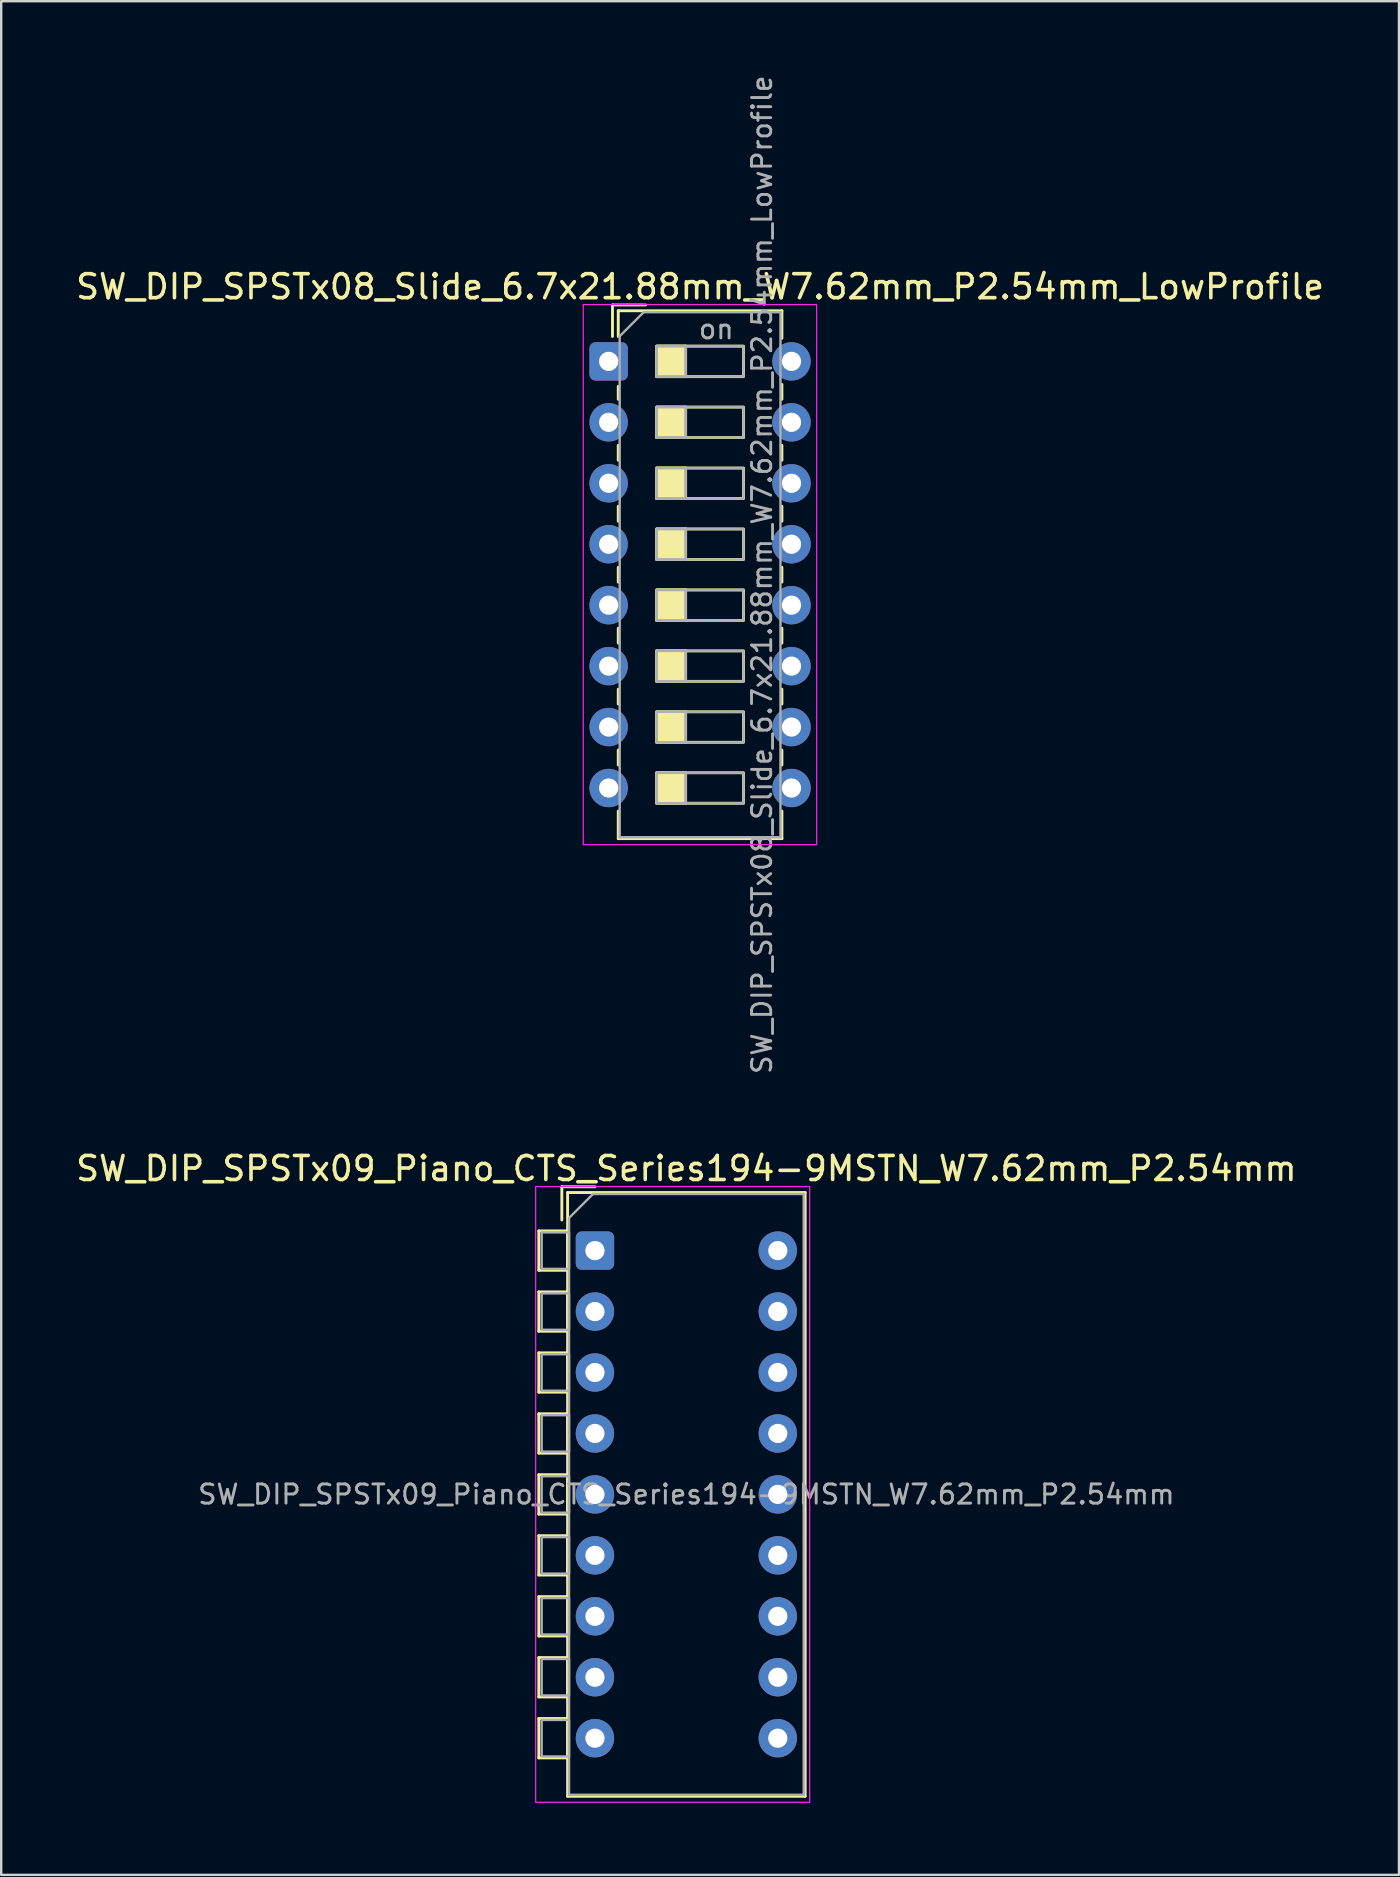
<source format=kicad_pcb>
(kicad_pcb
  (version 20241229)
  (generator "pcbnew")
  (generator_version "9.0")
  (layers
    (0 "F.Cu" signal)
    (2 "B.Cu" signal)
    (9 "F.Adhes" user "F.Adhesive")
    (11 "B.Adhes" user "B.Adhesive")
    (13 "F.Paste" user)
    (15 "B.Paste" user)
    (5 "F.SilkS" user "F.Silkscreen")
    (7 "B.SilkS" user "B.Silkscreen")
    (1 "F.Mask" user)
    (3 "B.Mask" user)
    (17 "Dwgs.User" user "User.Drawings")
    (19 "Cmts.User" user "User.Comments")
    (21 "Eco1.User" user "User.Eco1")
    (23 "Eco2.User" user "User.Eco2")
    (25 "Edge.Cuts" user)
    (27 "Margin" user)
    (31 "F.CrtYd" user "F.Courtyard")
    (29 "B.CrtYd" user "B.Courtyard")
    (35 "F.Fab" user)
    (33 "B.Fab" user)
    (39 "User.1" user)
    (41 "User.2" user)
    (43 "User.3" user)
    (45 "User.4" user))
  (footprint "SW_DIP_SPSTx09_Piano_CTS_Series194-9MSTN_W7.62mm_P2.54mm"
    (layer "F.Cu")
    (at 21.744 49.068)
    (property "Reference" "SW_DIP_SPSTx09_Piano_CTS_Series194-9MSTN_W7.62mm_P2.54mm" (at 3.81 -3.42 0) (layer "F.SilkS") (effects (font (size 1 1) (thickness 0.15))))
    (attr through_hole)
    (fp_line (start -2.34 -0.82) (end -1.14 -0.82) (stroke (width 0.12) (type solid)) (layer "F.SilkS"))
    (fp_line (start -2.34 0.82) (end -2.34 -0.82) (stroke (width 0.12) (type solid)) (layer "F.SilkS"))
    (fp_line (start -2.34 1.72) (end -1.14 1.72) (stroke (width 0.12) (type solid)) (layer "F.SilkS"))
    (fp_line (start -2.34 3.36) (end -2.34 1.72) (stroke (width 0.12) (type solid)) (layer "F.SilkS"))
    (fp_line (start -2.34 4.26) (end -1.14 4.26) (stroke (width 0.12) (type solid)) (layer "F.SilkS"))
    (fp_line (start -2.34 5.9) (end -2.34 4.26) (stroke (width 0.12) (type solid)) (layer "F.SilkS"))
    (fp_line (start -2.34 6.8) (end -1.14 6.8) (stroke (width 0.12) (type solid)) (layer "F.SilkS"))
    (fp_line (start -2.34 8.44) (end -2.34 6.8) (stroke (width 0.12) (type solid)) (layer "F.SilkS"))
    (fp_line (start -2.34 9.34) (end -1.14 9.34) (stroke (width 0.12) (type solid)) (layer "F.SilkS"))
    (fp_line (start -2.34 10.98) (end -2.34 9.34) (stroke (width 0.12) (type solid)) (layer "F.SilkS"))
    (fp_line (start -2.34 11.88) (end -1.14 11.88) (stroke (width 0.12) (type solid)) (layer "F.SilkS"))
    (fp_line (start -2.34 13.52) (end -2.34 11.88) (stroke (width 0.12) (type solid)) (layer "F.SilkS"))
    (fp_line (start -2.34 14.42) (end -1.14 14.42) (stroke (width 0.12) (type solid)) (layer "F.SilkS"))
    (fp_line (start -2.34 16.06) (end -2.34 14.42) (stroke (width 0.12) (type solid)) (layer "F.SilkS"))
    (fp_line (start -2.34 16.96) (end -1.14 16.96) (stroke (width 0.12) (type solid)) (layer "F.SilkS"))
    (fp_line (start -2.34 18.6) (end -2.34 16.96) (stroke (width 0.12) (type solid)) (layer "F.SilkS"))
    (fp_line (start -2.34 19.5) (end -1.14 19.5) (stroke (width 0.12) (type solid)) (layer "F.SilkS"))
    (fp_line (start -2.34 21.14) (end -2.34 19.5) (stroke (width 0.12) (type solid)) (layer "F.SilkS"))
    (fp_line (start -1.38 -2.66) (end -1.38 -1.277) (stroke (width 0.12) (type solid)) (layer "F.SilkS"))
    (fp_line (start -1.38 -2.66) (end 0.003 -2.66) (stroke (width 0.12) (type solid)) (layer "F.SilkS"))
    (fp_line (start -1.14 -2.42) (end -1.14 22.74) (stroke (width 0.12) (type solid)) (layer "F.SilkS"))
    (fp_line (start -1.14 -2.42) (end 8.76 -2.42) (stroke (width 0.12) (type solid)) (layer "F.SilkS"))
    (fp_line (start -1.14 -0.82) (end -1.14 0.82) (stroke (width 0.12) (type solid)) (layer "F.SilkS"))
    (fp_line (start -1.14 0.82) (end -2.34 0.82) (stroke (width 0.12) (type solid)) (layer "F.SilkS"))
    (fp_line (start -1.14 1.72) (end -1.14 3.36) (stroke (width 0.12) (type solid)) (layer "F.SilkS"))
    (fp_line (start -1.14 3.36) (end -2.34 3.36) (stroke (width 0.12) (type solid)) (layer "F.SilkS"))
    (fp_line (start -1.14 4.26) (end -1.14 5.9) (stroke (width 0.12) (type solid)) (layer "F.SilkS"))
    (fp_line (start -1.14 5.9) (end -2.34 5.9) (stroke (width 0.12) (type solid)) (layer "F.SilkS"))
    (fp_line (start -1.14 6.8) (end -1.14 8.44) (stroke (width 0.12) (type solid)) (layer "F.SilkS"))
    (fp_line (start -1.14 8.44) (end -2.34 8.44) (stroke (width 0.12) (type solid)) (layer "F.SilkS"))
    (fp_line (start -1.14 9.34) (end -1.14 10.98) (stroke (width 0.12) (type solid)) (layer "F.SilkS"))
    (fp_line (start -1.14 10.98) (end -2.34 10.98) (stroke (width 0.12) (type solid)) (layer "F.SilkS"))
    (fp_line (start -1.14 11.88) (end -1.14 13.52) (stroke (width 0.12) (type solid)) (layer "F.SilkS"))
    (fp_line (start -1.14 13.52) (end -2.34 13.52) (stroke (width 0.12) (type solid)) (layer "F.SilkS"))
    (fp_line (start -1.14 14.42) (end -1.14 16.06) (stroke (width 0.12) (type solid)) (layer "F.SilkS"))
    (fp_line (start -1.14 16.06) (end -2.34 16.06) (stroke (width 0.12) (type solid)) (layer "F.SilkS"))
    (fp_line (start -1.14 16.96) (end -1.14 18.6) (stroke (width 0.12) (type solid)) (layer "F.SilkS"))
    (fp_line (start -1.14 18.6) (end -2.34 18.6) (stroke (width 0.12) (type solid)) (layer "F.SilkS"))
    (fp_line (start -1.14 19.5) (end -1.14 21.14) (stroke (width 0.12) (type solid)) (layer "F.SilkS"))
    (fp_line (start -1.14 21.14) (end -2.34 21.14) (stroke (width 0.12) (type solid)) (layer "F.SilkS"))
    (fp_line (start -1.14 22.74) (end 8.76 22.74) (stroke (width 0.12) (type solid)) (layer "F.SilkS"))
    (fp_line (start 8.76 -2.42) (end 8.76 22.74) (stroke (width 0.12) (type solid)) (layer "F.SilkS"))
    (fp_rect (start -2.47 -2.67) (end 8.95 22.99) (stroke (width 0.05) (type solid)) (fill no) (layer "F.CrtYd"))
    (fp_line (start -1.08 -1.36) (end -0.08 -2.36) (stroke (width 0.1) (type solid)) (layer "F.Fab"))
    (fp_line (start -1.08 22.68) (end -1.08 -1.36) (stroke (width 0.1) (type solid)) (layer "F.Fab"))
    (fp_line (start -0.08 -2.36) (end 8.7 -2.36) (stroke (width 0.1) (type solid)) (layer "F.Fab"))
    (fp_line (start 8.7 -2.36) (end 8.7 22.68) (stroke (width 0.1) (type solid)) (layer "F.Fab"))
    (fp_line (start 8.7 22.68) (end -1.08 22.68) (stroke (width 0.1) (type solid)) (layer "F.Fab"))
    (fp_rect (start -2.22 -0.76) (end -1.08 0.76) (stroke (width 0.1) (type solid)) (fill no) (layer "F.Fab"))
    (fp_rect (start -2.22 1.78) (end -1.08 3.3) (stroke (width 0.1) (type solid)) (fill no) (layer "F.Fab"))
    (fp_rect (start -2.22 4.32) (end -1.08 5.84) (stroke (width 0.1) (type solid)) (fill no) (layer "F.Fab"))
    (fp_rect (start -2.22 6.86) (end -1.08 8.38) (stroke (width 0.1) (type solid)) (fill no) (layer "F.Fab"))
    (fp_rect (start -2.22 9.4) (end -1.08 10.92) (stroke (width 0.1) (type solid)) (fill no) (layer "F.Fab"))
    (fp_rect (start -2.22 11.94) (end -1.08 13.46) (stroke (width 0.1) (type solid)) (fill no) (layer "F.Fab"))
    (fp_rect (start -2.22 14.48) (end -1.08 16) (stroke (width 0.1) (type solid)) (fill no) (layer "F.Fab"))
    (fp_rect (start -2.22 17.02) (end -1.08 18.54) (stroke (width 0.1) (type solid)) (fill no) (layer "F.Fab"))
    (fp_rect (start -2.22 19.56) (end -1.08 21.08) (stroke (width 0.1) (type solid)) (fill no) (layer "F.Fab"))
    (fp_text user "${REFERENCE}" (at 3.81 10.16 0) (layer "F.Fab") (effects (font (size 0.8 0.8) (thickness 0.12))))
    (pad "1" thru_hole roundrect (at 0 0) (size 1.6 1.6) (drill 0.8) (layers "*.Cu" "*.Mask") (roundrect_rratio 0.156))
    (pad "2" thru_hole circle (at 0 2.54) (size 1.6 1.6) (drill 0.8) (layers "*.Cu" "*.Mask"))
    (pad "3" thru_hole circle (at 0 5.08) (size 1.6 1.6) (drill 0.8) (layers "*.Cu" "*.Mask"))
    (pad "4" thru_hole circle (at 0 7.62) (size 1.6 1.6) (drill 0.8) (layers "*.Cu" "*.Mask"))
    (pad "5" thru_hole circle (at 0 10.16) (size 1.6 1.6) (drill 0.8) (layers "*.Cu" "*.Mask"))
    (pad "6" thru_hole circle (at 0 12.7) (size 1.6 1.6) (drill 0.8) (layers "*.Cu" "*.Mask"))
    (pad "7" thru_hole circle (at 0 15.24) (size 1.6 1.6) (drill 0.8) (layers "*.Cu" "*.Mask"))
    (pad "8" thru_hole circle (at 0 17.78) (size 1.6 1.6) (drill 0.8) (layers "*.Cu" "*.Mask"))
    (pad "9" thru_hole circle (at 0 20.32) (size 1.6 1.6) (drill 0.8) (layers "*.Cu" "*.Mask"))
    (pad "10" thru_hole circle (at 7.62 20.32) (size 1.6 1.6) (drill 0.8) (layers "*.Cu" "*.Mask"))
    (pad "11" thru_hole circle (at 7.62 17.78) (size 1.6 1.6) (drill 0.8) (layers "*.Cu" "*.Mask"))
    (pad "12" thru_hole circle (at 7.62 15.24) (size 1.6 1.6) (drill 0.8) (layers "*.Cu" "*.Mask"))
    (pad "13" thru_hole circle (at 7.62 12.7) (size 1.6 1.6) (drill 0.8) (layers "*.Cu" "*.Mask"))
    (pad "14" thru_hole circle (at 7.62 10.16) (size 1.6 1.6) (drill 0.8) (layers "*.Cu" "*.Mask"))
    (pad "15" thru_hole circle (at 7.62 7.62) (size 1.6 1.6) (drill 0.8) (layers "*.Cu" "*.Mask"))
    (pad "16" thru_hole circle (at 7.62 5.08) (size 1.6 1.6) (drill 0.8) (layers "*.Cu" "*.Mask"))
    (pad "17" thru_hole circle (at 7.62 2.54) (size 1.6 1.6) (drill 0.8) (layers "*.Cu" "*.Mask"))
    (pad "18" thru_hole circle (at 7.62 0) (size 1.6 1.6) (drill 0.8) (layers "*.Cu" "*.Mask")))
  (footprint "SW_DIP_SPSTx08_Slide_6.7x21.88mm_W7.62mm_P2.54mm_LowProfile"
    (layer "F.Cu")
    (at 22.315 12.01)
    (property "Reference" "SW_DIP_SPSTx08_Slide_6.7x21.88mm_W7.62mm_P2.54mm_LowProfile" (at 3.81 -3.11 0) (layer "F.SilkS") (effects (font (size 1 1) (thickness 0.15))))
    (attr through_hole)
    (fp_line (start 0.16 -2.35) (end 0.16 -1.04) (stroke (width 0.12) (type solid)) (layer "F.SilkS"))
    (fp_line (start 0.16 -2.35) (end 1.543 -2.35) (stroke (width 0.12) (type solid)) (layer "F.SilkS"))
    (fp_line (start 0.4 -2.11) (end 0.4 -1.04) (stroke (width 0.12) (type solid)) (layer "F.SilkS"))
    (fp_line (start 0.4 -2.11) (end 7.22 -2.11) (stroke (width 0.12) (type solid)) (layer "F.SilkS"))
    (fp_line (start 0.4 1.04) (end 0.4 1.58) (stroke (width 0.12) (type solid)) (layer "F.SilkS"))
    (fp_line (start 0.4 3.5) (end 0.4 4.12) (stroke (width 0.12) (type solid)) (layer "F.SilkS"))
    (fp_line (start 0.4 6.04) (end 0.4 6.66) (stroke (width 0.12) (type solid)) (layer "F.SilkS"))
    (fp_line (start 0.4 8.58) (end 0.4 9.2) (stroke (width 0.12) (type solid)) (layer "F.SilkS"))
    (fp_line (start 0.4 11.12) (end 0.4 11.74) (stroke (width 0.12) (type solid)) (layer "F.SilkS"))
    (fp_line (start 0.4 13.66) (end 0.4 14.28) (stroke (width 0.12) (type solid)) (layer "F.SilkS"))
    (fp_line (start 0.4 16.2) (end 0.4 16.82) (stroke (width 0.12) (type solid)) (layer "F.SilkS"))
    (fp_line (start 0.4 18.74) (end 0.4 19.89) (stroke (width 0.12) (type solid)) (layer "F.SilkS"))
    (fp_line (start 0.4 19.89) (end 7.22 19.89) (stroke (width 0.12) (type solid)) (layer "F.SilkS"))
    (fp_line (start 3.207 -0.635) (end 3.207 0.635) (stroke (width 0.12) (type solid)) (layer "F.SilkS"))
    (fp_line (start 3.207 1.905) (end 3.207 3.175) (stroke (width 0.12) (type solid)) (layer "F.SilkS"))
    (fp_line (start 3.207 4.445) (end 3.207 5.715) (stroke (width 0.12) (type solid)) (layer "F.SilkS"))
    (fp_line (start 3.207 6.985) (end 3.207 8.255) (stroke (width 0.12) (type solid)) (layer "F.SilkS"))
    (fp_line (start 3.207 9.525) (end 3.207 10.795) (stroke (width 0.12) (type solid)) (layer "F.SilkS"))
    (fp_line (start 3.207 12.065) (end 3.207 13.335) (stroke (width 0.12) (type solid)) (layer "F.SilkS"))
    (fp_line (start 3.207 14.605) (end 3.207 15.875) (stroke (width 0.12) (type solid)) (layer "F.SilkS"))
    (fp_line (start 3.207 17.145) (end 3.207 18.415) (stroke (width 0.12) (type solid)) (layer "F.SilkS"))
    (fp_line (start 7.22 -2.11) (end 7.22 -0.96) (stroke (width 0.12) (type solid)) (layer "F.SilkS"))
    (fp_line (start 7.22 0.96) (end 7.22 1.58) (stroke (width 0.12) (type solid)) (layer "F.SilkS"))
    (fp_line (start 7.22 3.5) (end 7.22 4.12) (stroke (width 0.12) (type solid)) (layer "F.SilkS"))
    (fp_line (start 7.22 6.04) (end 7.22 6.66) (stroke (width 0.12) (type solid)) (layer "F.SilkS"))
    (fp_line (start 7.22 8.58) (end 7.22 9.2) (stroke (width 0.12) (type solid)) (layer "F.SilkS"))
    (fp_line (start 7.22 11.12) (end 7.22 11.74) (stroke (width 0.12) (type solid)) (layer "F.SilkS"))
    (fp_line (start 7.22 13.66) (end 7.22 14.28) (stroke (width 0.12) (type solid)) (layer "F.SilkS"))
    (fp_line (start 7.22 16.2) (end 7.22 16.82) (stroke (width 0.12) (type solid)) (layer "F.SilkS"))
    (fp_line (start 7.22 18.74) (end 7.22 19.89) (stroke (width 0.12) (type solid)) (layer "F.SilkS"))
    (fp_rect (start 2 -0.635) (end 3.207 0.635) (stroke (width 0.12) (type solid)) (fill yes) (layer "F.SilkS"))
    (fp_rect (start 2 -0.635) (end 5.62 0.635) (stroke (width 0.12) (type solid)) (fill no) (layer "F.SilkS"))
    (fp_rect (start 2 1.905) (end 3.207 3.175) (stroke (width 0.12) (type solid)) (fill yes) (layer "F.SilkS"))
    (fp_rect (start 2 1.905) (end 5.62 3.175) (stroke (width 0.12) (type solid)) (fill no) (layer "F.SilkS"))
    (fp_rect (start 2 4.445) (end 3.207 5.715) (stroke (width 0.12) (type solid)) (fill yes) (layer "F.SilkS"))
    (fp_rect (start 2 4.445) (end 5.62 5.715) (stroke (width 0.12) (type solid)) (fill no) (layer "F.SilkS"))
    (fp_rect (start 2 6.985) (end 3.207 8.255) (stroke (width 0.12) (type solid)) (fill yes) (layer "F.SilkS"))
    (fp_rect (start 2 6.985) (end 5.62 8.255) (stroke (width 0.12) (type solid)) (fill no) (layer "F.SilkS"))
    (fp_rect (start 2 9.525) (end 3.207 10.795) (stroke (width 0.12) (type solid)) (fill yes) (layer "F.SilkS"))
    (fp_rect (start 2 9.525) (end 5.62 10.795) (stroke (width 0.12) (type solid)) (fill no) (layer "F.SilkS"))
    (fp_rect (start 2 12.065) (end 3.207 13.335) (stroke (width 0.12) (type solid)) (fill yes) (layer "F.SilkS"))
    (fp_rect (start 2 12.065) (end 5.62 13.335) (stroke (width 0.12) (type solid)) (fill no) (layer "F.SilkS"))
    (fp_rect (start 2 14.605) (end 3.207 15.875) (stroke (width 0.12) (type solid)) (fill yes) (layer "F.SilkS"))
    (fp_rect (start 2 14.605) (end 5.62 15.875) (stroke (width 0.12) (type solid)) (fill no) (layer "F.SilkS"))
    (fp_rect (start 2 17.145) (end 3.207 18.415) (stroke (width 0.12) (type solid)) (fill yes) (layer "F.SilkS"))
    (fp_rect (start 2 17.145) (end 5.62 18.415) (stroke (width 0.12) (type solid)) (fill no) (layer "F.SilkS"))
    (fp_rect (start -1.06 -2.37) (end 8.67 20.14) (stroke (width 0.05) (type solid)) (fill no) (layer "F.CrtYd"))
    (fp_line (start 0.46 -1.05) (end 1.46 -2.05) (stroke (width 0.1) (type solid)) (layer "F.Fab"))
    (fp_line (start 0.46 19.83) (end 0.46 -1.05) (stroke (width 0.1) (type solid)) (layer "F.Fab"))
    (fp_line (start 1.46 -2.05) (end 7.16 -2.05) (stroke (width 0.1) (type solid)) (layer "F.Fab"))
    (fp_line (start 3.207 -0.635) (end 3.207 0.635) (stroke (width 0.1) (type solid)) (layer "F.Fab"))
    (fp_line (start 3.207 1.905) (end 3.207 3.175) (stroke (width 0.1) (type solid)) (layer "F.Fab"))
    (fp_line (start 3.207 4.445) (end 3.207 5.715) (stroke (width 0.1) (type solid)) (layer "F.Fab"))
    (fp_line (start 3.207 6.985) (end 3.207 8.255) (stroke (width 0.1) (type solid)) (layer "F.Fab"))
    (fp_line (start 3.207 9.525) (end 3.207 10.795) (stroke (width 0.1) (type solid)) (layer "F.Fab"))
    (fp_line (start 3.207 12.065) (end 3.207 13.335) (stroke (width 0.1) (type solid)) (layer "F.Fab"))
    (fp_line (start 3.207 14.605) (end 3.207 15.875) (stroke (width 0.1) (type solid)) (layer "F.Fab"))
    (fp_line (start 3.207 17.145) (end 3.207 18.415) (stroke (width 0.1) (type solid)) (layer "F.Fab"))
    (fp_line (start 7.16 -2.05) (end 7.16 19.83) (stroke (width 0.1) (type solid)) (layer "F.Fab"))
    (fp_line (start 7.16 19.83) (end 0.46 19.83) (stroke (width 0.1) (type solid)) (layer "F.Fab"))
    (fp_rect (start 2 -0.635) (end 3.207 0.635) (stroke (width 0.1) (type solid)) (fill no) (layer "F.Fab"))
    (fp_rect (start 2 -0.635) (end 5.62 0.635) (stroke (width 0.1) (type solid)) (fill no) (layer "F.Fab"))
    (fp_rect (start 2 1.905) (end 3.207 3.175) (stroke (width 0.1) (type solid)) (fill no) (layer "F.Fab"))
    (fp_rect (start 2 1.905) (end 5.62 3.175) (stroke (width 0.1) (type solid)) (fill no) (layer "F.Fab"))
    (fp_rect (start 2 4.445) (end 3.207 5.715) (stroke (width 0.1) (type solid)) (fill no) (layer "F.Fab"))
    (fp_rect (start 2 4.445) (end 5.62 5.715) (stroke (width 0.1) (type solid)) (fill no) (layer "F.Fab"))
    (fp_rect (start 2 6.985) (end 3.207 8.255) (stroke (width 0.1) (type solid)) (fill no) (layer "F.Fab"))
    (fp_rect (start 2 6.985) (end 5.62 8.255) (stroke (width 0.1) (type solid)) (fill no) (layer "F.Fab"))
    (fp_rect (start 2 9.525) (end 3.207 10.795) (stroke (width 0.1) (type solid)) (fill no) (layer "F.Fab"))
    (fp_rect (start 2 9.525) (end 5.62 10.795) (stroke (width 0.1) (type solid)) (fill no) (layer "F.Fab"))
    (fp_rect (start 2 12.065) (end 3.207 13.335) (stroke (width 0.1) (type solid)) (fill no) (layer "F.Fab"))
    (fp_rect (start 2 12.065) (end 5.62 13.335) (stroke (width 0.1) (type solid)) (fill no) (layer "F.Fab"))
    (fp_rect (start 2 14.605) (end 3.207 15.875) (stroke (width 0.1) (type solid)) (fill no) (layer "F.Fab"))
    (fp_rect (start 2 14.605) (end 5.62 15.875) (stroke (width 0.1) (type solid)) (fill no) (layer "F.Fab"))
    (fp_rect (start 2 17.145) (end 3.207 18.415) (stroke (width 0.1) (type solid)) (fill no) (layer "F.Fab"))
    (fp_rect (start 2 17.145) (end 5.62 18.415) (stroke (width 0.1) (type solid)) (fill no) (layer "F.Fab"))
    (fp_text user "${REFERENCE}" (at 6.39 8.89 90) (layer "F.Fab") (effects (font (size 0.8 0.8) (thickness 0.12))))
    (fp_text user "on" (at 4.485 -1.343 0) (layer "F.Fab") (effects (font (size 0.8 0.8) (thickness 0.12))))
    (pad "1" thru_hole roundrect (at 0 0) (size 1.6 1.6) (drill 0.8) (layers "*.Cu" "*.Mask") (roundrect_rratio 0.156))
    (pad "2" thru_hole circle (at 0 2.54) (size 1.6 1.6) (drill 0.8) (layers "*.Cu" "*.Mask"))
    (pad "3" thru_hole circle (at 0 5.08) (size 1.6 1.6) (drill 0.8) (layers "*.Cu" "*.Mask"))
    (pad "4" thru_hole circle (at 0 7.62) (size 1.6 1.6) (drill 0.8) (layers "*.Cu" "*.Mask"))
    (pad "5" thru_hole circle (at 0 10.16) (size 1.6 1.6) (drill 0.8) (layers "*.Cu" "*.Mask"))
    (pad "6" thru_hole circle (at 0 12.7) (size 1.6 1.6) (drill 0.8) (layers "*.Cu" "*.Mask"))
    (pad "7" thru_hole circle (at 0 15.24) (size 1.6 1.6) (drill 0.8) (layers "*.Cu" "*.Mask"))
    (pad "8" thru_hole circle (at 0 17.78) (size 1.6 1.6) (drill 0.8) (layers "*.Cu" "*.Mask"))
    (pad "9" thru_hole circle (at 7.62 17.78) (size 1.6 1.6) (drill 0.8) (layers "*.Cu" "*.Mask"))
    (pad "10" thru_hole circle (at 7.62 15.24) (size 1.6 1.6) (drill 0.8) (layers "*.Cu" "*.Mask"))
    (pad "11" thru_hole circle (at 7.62 12.7) (size 1.6 1.6) (drill 0.8) (layers "*.Cu" "*.Mask"))
    (pad "12" thru_hole circle (at 7.62 10.16) (size 1.6 1.6) (drill 0.8) (layers "*.Cu" "*.Mask"))
    (pad "13" thru_hole circle (at 7.62 7.62) (size 1.6 1.6) (drill 0.8) (layers "*.Cu" "*.Mask"))
    (pad "14" thru_hole circle (at 7.62 5.08) (size 1.6 1.6) (drill 0.8) (layers "*.Cu" "*.Mask"))
    (pad "15" thru_hole circle (at 7.62 2.54) (size 1.6 1.6) (drill 0.8) (layers "*.Cu" "*.Mask"))
    (pad "16" thru_hole circle (at 7.62 0) (size 1.6 1.6) (drill 0.8) (layers "*.Cu" "*.Mask")))
  (gr_rect
    (start -3 -3)
    (end 55.25 75.083)
    (stroke (width 0.1) (type default))
    (fill no)
    (layer "Edge.Cuts")))
</source>
